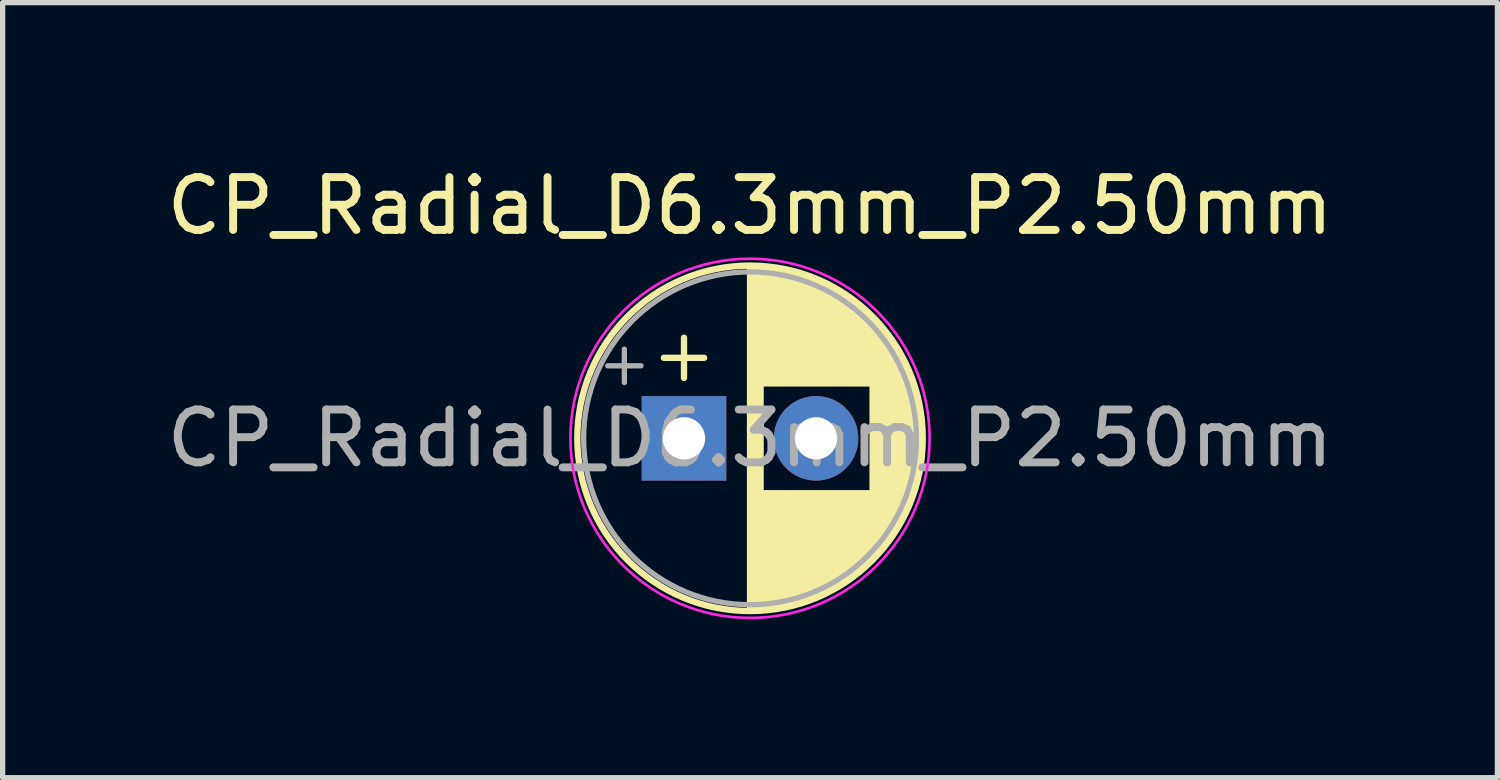
<source format=kicad_pcb>
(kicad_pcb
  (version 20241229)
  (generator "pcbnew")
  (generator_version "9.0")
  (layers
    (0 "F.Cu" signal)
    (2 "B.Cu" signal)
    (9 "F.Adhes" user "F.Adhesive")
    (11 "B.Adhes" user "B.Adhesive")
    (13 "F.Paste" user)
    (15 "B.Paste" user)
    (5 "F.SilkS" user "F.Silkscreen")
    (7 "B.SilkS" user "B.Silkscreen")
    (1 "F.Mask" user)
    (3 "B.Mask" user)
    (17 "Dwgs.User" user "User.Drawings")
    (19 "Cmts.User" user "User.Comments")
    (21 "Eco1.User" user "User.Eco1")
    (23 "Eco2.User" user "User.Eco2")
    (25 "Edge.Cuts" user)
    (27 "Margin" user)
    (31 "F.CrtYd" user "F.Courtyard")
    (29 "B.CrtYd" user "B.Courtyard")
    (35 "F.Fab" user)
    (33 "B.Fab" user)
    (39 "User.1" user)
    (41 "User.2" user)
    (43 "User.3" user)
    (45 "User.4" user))
  (footprint "CP_Radial_D6.3mm_P2.50mm"
    (layer "F.Cu")
    (at 9.899 5.248)
    (property "Reference" "CP_Radial_D6.3mm_P2.50mm" (at 1.25 -4.4 0) (layer "F.SilkS") (effects (font (size 1 1) (thickness 0.15))))
    (attr through_hole)
    (fp_line (start -0.381 -1.524) (end 0.381 -1.524) (stroke (width 0.12) (type solid)) (layer "F.SilkS"))
    (fp_line (start 0 -1.905) (end 0 -1.143) (stroke (width 0.12) (type solid)) (layer "F.SilkS"))
    (fp_line (start 1.25 -3.23) (end 1.25 3.23) (stroke (width 0.12) (type solid)) (layer "F.SilkS"))
    (fp_line (start 1.29 -3.23) (end 1.29 3.23) (stroke (width 0.12) (type solid)) (layer "F.SilkS"))
    (fp_line (start 1.33 -3.23) (end 1.33 3.23) (stroke (width 0.12) (type solid)) (layer "F.SilkS"))
    (fp_line (start 1.37 -3.228) (end 1.37 3.228) (stroke (width 0.12) (type solid)) (layer "F.SilkS"))
    (fp_line (start 1.41 -3.227) (end 1.41 3.227) (stroke (width 0.12) (type solid)) (layer "F.SilkS"))
    (fp_line (start 1.45 -3.224) (end 1.45 3.224) (stroke (width 0.12) (type solid)) (layer "F.SilkS"))
    (fp_line (start 1.49 -3.222) (end 1.49 -1.04) (stroke (width 0.12) (type solid)) (layer "F.SilkS"))
    (fp_line (start 1.49 1.04) (end 1.49 3.222) (stroke (width 0.12) (type solid)) (layer "F.SilkS"))
    (fp_line (start 1.53 -3.218) (end 1.53 -1.04) (stroke (width 0.12) (type solid)) (layer "F.SilkS"))
    (fp_line (start 1.53 1.04) (end 1.53 3.218) (stroke (width 0.12) (type solid)) (layer "F.SilkS"))
    (fp_line (start 1.57 -3.215) (end 1.57 -1.04) (stroke (width 0.12) (type solid)) (layer "F.SilkS"))
    (fp_line (start 1.57 1.04) (end 1.57 3.215) (stroke (width 0.12) (type solid)) (layer "F.SilkS"))
    (fp_line (start 1.61 -3.211) (end 1.61 -1.04) (stroke (width 0.12) (type solid)) (layer "F.SilkS"))
    (fp_line (start 1.61 1.04) (end 1.61 3.211) (stroke (width 0.12) (type solid)) (layer "F.SilkS"))
    (fp_line (start 1.65 -3.206) (end 1.65 -1.04) (stroke (width 0.12) (type solid)) (layer "F.SilkS"))
    (fp_line (start 1.65 1.04) (end 1.65 3.206) (stroke (width 0.12) (type solid)) (layer "F.SilkS"))
    (fp_line (start 1.69 -3.201) (end 1.69 -1.04) (stroke (width 0.12) (type solid)) (layer "F.SilkS"))
    (fp_line (start 1.69 1.04) (end 1.69 3.201) (stroke (width 0.12) (type solid)) (layer "F.SilkS"))
    (fp_line (start 1.73 -3.195) (end 1.73 -1.04) (stroke (width 0.12) (type solid)) (layer "F.SilkS"))
    (fp_line (start 1.73 1.04) (end 1.73 3.195) (stroke (width 0.12) (type solid)) (layer "F.SilkS"))
    (fp_line (start 1.77 -3.189) (end 1.77 -1.04) (stroke (width 0.12) (type solid)) (layer "F.SilkS"))
    (fp_line (start 1.77 1.04) (end 1.77 3.189) (stroke (width 0.12) (type solid)) (layer "F.SilkS"))
    (fp_line (start 1.81 -3.182) (end 1.81 -1.04) (stroke (width 0.12) (type solid)) (layer "F.SilkS"))
    (fp_line (start 1.81 1.04) (end 1.81 3.182) (stroke (width 0.12) (type solid)) (layer "F.SilkS"))
    (fp_line (start 1.85 -3.175) (end 1.85 -1.04) (stroke (width 0.12) (type solid)) (layer "F.SilkS"))
    (fp_line (start 1.85 1.04) (end 1.85 3.175) (stroke (width 0.12) (type solid)) (layer "F.SilkS"))
    (fp_line (start 1.89 -3.167) (end 1.89 -1.04) (stroke (width 0.12) (type solid)) (layer "F.SilkS"))
    (fp_line (start 1.89 1.04) (end 1.89 3.167) (stroke (width 0.12) (type solid)) (layer "F.SilkS"))
    (fp_line (start 1.93 -3.159) (end 1.93 -1.04) (stroke (width 0.12) (type solid)) (layer "F.SilkS"))
    (fp_line (start 1.93 1.04) (end 1.93 3.159) (stroke (width 0.12) (type solid)) (layer "F.SilkS"))
    (fp_line (start 1.971 -3.15) (end 1.971 -1.04) (stroke (width 0.12) (type solid)) (layer "F.SilkS"))
    (fp_line (start 1.971 1.04) (end 1.971 3.15) (stroke (width 0.12) (type solid)) (layer "F.SilkS"))
    (fp_line (start 2.011 -3.141) (end 2.011 -1.04) (stroke (width 0.12) (type solid)) (layer "F.SilkS"))
    (fp_line (start 2.011 1.04) (end 2.011 3.141) (stroke (width 0.12) (type solid)) (layer "F.SilkS"))
    (fp_line (start 2.051 -3.131) (end 2.051 -1.04) (stroke (width 0.12) (type solid)) (layer "F.SilkS"))
    (fp_line (start 2.051 1.04) (end 2.051 3.131) (stroke (width 0.12) (type solid)) (layer "F.SilkS"))
    (fp_line (start 2.091 -3.121) (end 2.091 -1.04) (stroke (width 0.12) (type solid)) (layer "F.SilkS"))
    (fp_line (start 2.091 1.04) (end 2.091 3.121) (stroke (width 0.12) (type solid)) (layer "F.SilkS"))
    (fp_line (start 2.131 -3.11) (end 2.131 -1.04) (stroke (width 0.12) (type solid)) (layer "F.SilkS"))
    (fp_line (start 2.131 1.04) (end 2.131 3.11) (stroke (width 0.12) (type solid)) (layer "F.SilkS"))
    (fp_line (start 2.171 -3.098) (end 2.171 -1.04) (stroke (width 0.12) (type solid)) (layer "F.SilkS"))
    (fp_line (start 2.171 1.04) (end 2.171 3.098) (stroke (width 0.12) (type solid)) (layer "F.SilkS"))
    (fp_line (start 2.211 -3.086) (end 2.211 -1.04) (stroke (width 0.12) (type solid)) (layer "F.SilkS"))
    (fp_line (start 2.211 1.04) (end 2.211 3.086) (stroke (width 0.12) (type solid)) (layer "F.SilkS"))
    (fp_line (start 2.251 -3.074) (end 2.251 -1.04) (stroke (width 0.12) (type solid)) (layer "F.SilkS"))
    (fp_line (start 2.251 1.04) (end 2.251 3.074) (stroke (width 0.12) (type solid)) (layer "F.SilkS"))
    (fp_line (start 2.291 -3.061) (end 2.291 -1.04) (stroke (width 0.12) (type solid)) (layer "F.SilkS"))
    (fp_line (start 2.291 1.04) (end 2.291 3.061) (stroke (width 0.12) (type solid)) (layer "F.SilkS"))
    (fp_line (start 2.331 -3.047) (end 2.331 -1.04) (stroke (width 0.12) (type solid)) (layer "F.SilkS"))
    (fp_line (start 2.331 1.04) (end 2.331 3.047) (stroke (width 0.12) (type solid)) (layer "F.SilkS"))
    (fp_line (start 2.371 -3.033) (end 2.371 -1.04) (stroke (width 0.12) (type solid)) (layer "F.SilkS"))
    (fp_line (start 2.371 1.04) (end 2.371 3.033) (stroke (width 0.12) (type solid)) (layer "F.SilkS"))
    (fp_line (start 2.411 -3.018) (end 2.411 -1.04) (stroke (width 0.12) (type solid)) (layer "F.SilkS"))
    (fp_line (start 2.411 1.04) (end 2.411 3.018) (stroke (width 0.12) (type solid)) (layer "F.SilkS"))
    (fp_line (start 2.451 -3.002) (end 2.451 -1.04) (stroke (width 0.12) (type solid)) (layer "F.SilkS"))
    (fp_line (start 2.451 1.04) (end 2.451 3.002) (stroke (width 0.12) (type solid)) (layer "F.SilkS"))
    (fp_line (start 2.491 -2.986) (end 2.491 -1.04) (stroke (width 0.12) (type solid)) (layer "F.SilkS"))
    (fp_line (start 2.491 1.04) (end 2.491 2.986) (stroke (width 0.12) (type solid)) (layer "F.SilkS"))
    (fp_line (start 2.531 -2.97) (end 2.531 -1.04) (stroke (width 0.12) (type solid)) (layer "F.SilkS"))
    (fp_line (start 2.531 1.04) (end 2.531 2.97) (stroke (width 0.12) (type solid)) (layer "F.SilkS"))
    (fp_line (start 2.571 -2.952) (end 2.571 -1.04) (stroke (width 0.12) (type solid)) (layer "F.SilkS"))
    (fp_line (start 2.571 1.04) (end 2.571 2.952) (stroke (width 0.12) (type solid)) (layer "F.SilkS"))
    (fp_line (start 2.611 -2.934) (end 2.611 -1.04) (stroke (width 0.12) (type solid)) (layer "F.SilkS"))
    (fp_line (start 2.611 1.04) (end 2.611 2.934) (stroke (width 0.12) (type solid)) (layer "F.SilkS"))
    (fp_line (start 2.651 -2.916) (end 2.651 -1.04) (stroke (width 0.12) (type solid)) (layer "F.SilkS"))
    (fp_line (start 2.651 1.04) (end 2.651 2.916) (stroke (width 0.12) (type solid)) (layer "F.SilkS"))
    (fp_line (start 2.691 -2.896) (end 2.691 -1.04) (stroke (width 0.12) (type solid)) (layer "F.SilkS"))
    (fp_line (start 2.691 1.04) (end 2.691 2.896) (stroke (width 0.12) (type solid)) (layer "F.SilkS"))
    (fp_line (start 2.731 -2.876) (end 2.731 -1.04) (stroke (width 0.12) (type solid)) (layer "F.SilkS"))
    (fp_line (start 2.731 1.04) (end 2.731 2.876) (stroke (width 0.12) (type solid)) (layer "F.SilkS"))
    (fp_line (start 2.771 -2.856) (end 2.771 -1.04) (stroke (width 0.12) (type solid)) (layer "F.SilkS"))
    (fp_line (start 2.771 1.04) (end 2.771 2.856) (stroke (width 0.12) (type solid)) (layer "F.SilkS"))
    (fp_line (start 2.811 -2.834) (end 2.811 -1.04) (stroke (width 0.12) (type solid)) (layer "F.SilkS"))
    (fp_line (start 2.811 1.04) (end 2.811 2.834) (stroke (width 0.12) (type solid)) (layer "F.SilkS"))
    (fp_line (start 2.851 -2.812) (end 2.851 -1.04) (stroke (width 0.12) (type solid)) (layer "F.SilkS"))
    (fp_line (start 2.851 1.04) (end 2.851 2.812) (stroke (width 0.12) (type solid)) (layer "F.SilkS"))
    (fp_line (start 2.891 -2.79) (end 2.891 -1.04) (stroke (width 0.12) (type solid)) (layer "F.SilkS"))
    (fp_line (start 2.891 1.04) (end 2.891 2.79) (stroke (width 0.12) (type solid)) (layer "F.SilkS"))
    (fp_line (start 2.931 -2.766) (end 2.931 -1.04) (stroke (width 0.12) (type solid)) (layer "F.SilkS"))
    (fp_line (start 2.931 1.04) (end 2.931 2.766) (stroke (width 0.12) (type solid)) (layer "F.SilkS"))
    (fp_line (start 2.971 -2.742) (end 2.971 -1.04) (stroke (width 0.12) (type solid)) (layer "F.SilkS"))
    (fp_line (start 2.971 1.04) (end 2.971 2.742) (stroke (width 0.12) (type solid)) (layer "F.SilkS"))
    (fp_line (start 3.011 -2.716) (end 3.011 -1.04) (stroke (width 0.12) (type solid)) (layer "F.SilkS"))
    (fp_line (start 3.011 1.04) (end 3.011 2.716) (stroke (width 0.12) (type solid)) (layer "F.SilkS"))
    (fp_line (start 3.051 -2.69) (end 3.051 -1.04) (stroke (width 0.12) (type solid)) (layer "F.SilkS"))
    (fp_line (start 3.051 1.04) (end 3.051 2.69) (stroke (width 0.12) (type solid)) (layer "F.SilkS"))
    (fp_line (start 3.091 -2.664) (end 3.091 -1.04) (stroke (width 0.12) (type solid)) (layer "F.SilkS"))
    (fp_line (start 3.091 1.04) (end 3.091 2.664) (stroke (width 0.12) (type solid)) (layer "F.SilkS"))
    (fp_line (start 3.131 -2.636) (end 3.131 -1.04) (stroke (width 0.12) (type solid)) (layer "F.SilkS"))
    (fp_line (start 3.131 1.04) (end 3.131 2.636) (stroke (width 0.12) (type solid)) (layer "F.SilkS"))
    (fp_line (start 3.171 -2.607) (end 3.171 -1.04) (stroke (width 0.12) (type solid)) (layer "F.SilkS"))
    (fp_line (start 3.171 1.04) (end 3.171 2.607) (stroke (width 0.12) (type solid)) (layer "F.SilkS"))
    (fp_line (start 3.211 -2.578) (end 3.211 -1.04) (stroke (width 0.12) (type solid)) (layer "F.SilkS"))
    (fp_line (start 3.211 1.04) (end 3.211 2.578) (stroke (width 0.12) (type solid)) (layer "F.SilkS"))
    (fp_line (start 3.251 -2.548) (end 3.251 -1.04) (stroke (width 0.12) (type solid)) (layer "F.SilkS"))
    (fp_line (start 3.251 1.04) (end 3.251 2.548) (stroke (width 0.12) (type solid)) (layer "F.SilkS"))
    (fp_line (start 3.291 -2.516) (end 3.291 -1.04) (stroke (width 0.12) (type solid)) (layer "F.SilkS"))
    (fp_line (start 3.291 1.04) (end 3.291 2.516) (stroke (width 0.12) (type solid)) (layer "F.SilkS"))
    (fp_line (start 3.331 -2.484) (end 3.331 -1.04) (stroke (width 0.12) (type solid)) (layer "F.SilkS"))
    (fp_line (start 3.331 1.04) (end 3.331 2.484) (stroke (width 0.12) (type solid)) (layer "F.SilkS"))
    (fp_line (start 3.371 -2.45) (end 3.371 -1.04) (stroke (width 0.12) (type solid)) (layer "F.SilkS"))
    (fp_line (start 3.371 1.04) (end 3.371 2.45) (stroke (width 0.12) (type solid)) (layer "F.SilkS"))
    (fp_line (start 3.411 -2.416) (end 3.411 -1.04) (stroke (width 0.12) (type solid)) (layer "F.SilkS"))
    (fp_line (start 3.411 1.04) (end 3.411 2.416) (stroke (width 0.12) (type solid)) (layer "F.SilkS"))
    (fp_line (start 3.451 -2.38) (end 3.451 -1.04) (stroke (width 0.12) (type solid)) (layer "F.SilkS"))
    (fp_line (start 3.451 1.04) (end 3.451 2.38) (stroke (width 0.12) (type solid)) (layer "F.SilkS"))
    (fp_line (start 3.491 -2.343) (end 3.491 -1.04) (stroke (width 0.12) (type solid)) (layer "F.SilkS"))
    (fp_line (start 3.491 1.04) (end 3.491 2.343) (stroke (width 0.12) (type solid)) (layer "F.SilkS"))
    (fp_line (start 3.531 -2.305) (end 3.531 -1.04) (stroke (width 0.12) (type solid)) (layer "F.SilkS"))
    (fp_line (start 3.531 1.04) (end 3.531 2.305) (stroke (width 0.12) (type solid)) (layer "F.SilkS"))
    (fp_line (start 3.571 -2.265) (end 3.571 2.265) (stroke (width 0.12) (type solid)) (layer "F.SilkS"))
    (fp_line (start 3.611 -2.224) (end 3.611 2.224) (stroke (width 0.12) (type solid)) (layer "F.SilkS"))
    (fp_line (start 3.651 -2.182) (end 3.651 2.182) (stroke (width 0.12) (type solid)) (layer "F.SilkS"))
    (fp_line (start 3.691 -2.137) (end 3.691 2.137) (stroke (width 0.12) (type solid)) (layer "F.SilkS"))
    (fp_line (start 3.731 -2.092) (end 3.731 2.092) (stroke (width 0.12) (type solid)) (layer "F.SilkS"))
    (fp_line (start 3.771 -2.044) (end 3.771 2.044) (stroke (width 0.12) (type solid)) (layer "F.SilkS"))
    (fp_line (start 3.811 -1.995) (end 3.811 1.995) (stroke (width 0.12) (type solid)) (layer "F.SilkS"))
    (fp_line (start 3.851 -1.944) (end 3.851 1.944) (stroke (width 0.12) (type solid)) (layer "F.SilkS"))
    (fp_line (start 3.891 -1.89) (end 3.891 1.89) (stroke (width 0.12) (type solid)) (layer "F.SilkS"))
    (fp_line (start 3.931 -1.834) (end 3.931 1.834) (stroke (width 0.12) (type solid)) (layer "F.SilkS"))
    (fp_line (start 3.971 -1.776) (end 3.971 1.776) (stroke (width 0.12) (type solid)) (layer "F.SilkS"))
    (fp_line (start 4.011 -1.714) (end 4.011 1.714) (stroke (width 0.12) (type solid)) (layer "F.SilkS"))
    (fp_line (start 4.051 -1.65) (end 4.051 1.65) (stroke (width 0.12) (type solid)) (layer "F.SilkS"))
    (fp_line (start 4.091 -1.581) (end 4.091 1.581) (stroke (width 0.12) (type solid)) (layer "F.SilkS"))
    (fp_line (start 4.131 -1.509) (end 4.131 1.509) (stroke (width 0.12) (type solid)) (layer "F.SilkS"))
    (fp_line (start 4.171 -1.432) (end 4.171 1.432) (stroke (width 0.12) (type solid)) (layer "F.SilkS"))
    (fp_line (start 4.211 -1.35) (end 4.211 1.35) (stroke (width 0.12) (type solid)) (layer "F.SilkS"))
    (fp_line (start 4.251 -1.262) (end 4.251 1.262) (stroke (width 0.12) (type solid)) (layer "F.SilkS"))
    (fp_line (start 4.291 -1.165) (end 4.291 1.165) (stroke (width 0.12) (type solid)) (layer "F.SilkS"))
    (fp_line (start 4.331 -1.059) (end 4.331 1.059) (stroke (width 0.12) (type solid)) (layer "F.SilkS"))
    (fp_line (start 4.371 -0.94) (end 4.371 0.94) (stroke (width 0.12) (type solid)) (layer "F.SilkS"))
    (fp_line (start 4.411 -0.802) (end 4.411 0.802) (stroke (width 0.12) (type solid)) (layer "F.SilkS"))
    (fp_line (start 4.451 -0.633) (end 4.451 0.633) (stroke (width 0.12) (type solid)) (layer "F.SilkS"))
    (fp_line (start 4.491 -0.402) (end 4.491 0.402) (stroke (width 0.12) (type solid)) (layer "F.SilkS"))
    (fp_circle (center 1.25 0) (end 4.52 0) (stroke (width 0.12) (type solid)) (fill no) (layer "F.SilkS"))
    (fp_circle (center 1.25 0) (end 4.65 0) (stroke (width 0.05) (type solid)) (fill no) (layer "F.CrtYd"))
    (fp_line (start -1.444 -1.373) (end -0.814 -1.373) (stroke (width 0.1) (type solid)) (layer "F.Fab"))
    (fp_line (start -1.129 -1.688) (end -1.129 -1.058) (stroke (width 0.1) (type solid)) (layer "F.Fab"))
    (fp_circle (center 1.25 0) (end 4.4 0) (stroke (width 0.1) (type solid)) (fill no) (layer "F.Fab"))
    (fp_text user "${REFERENCE}" (at 1.25 0 0) (layer "F.Fab") (effects (font (size 1 1) (thickness 0.15))))
    (pad "1" thru_hole rect (at 0 0) (size 1.6 1.6) (drill 0.8) (layers "*.Cu" "*.Mask"))
    (pad "2" thru_hole circle (at 2.5 0) (size 1.6 1.6) (drill 0.8) (layers "*.Cu" "*.Mask")))
  (gr_rect
    (start -3 -3)
    (end 25.298 11.673)
    (stroke (width 0.1) (type default))
    (fill no)
    (layer "Edge.Cuts")))
</source>
